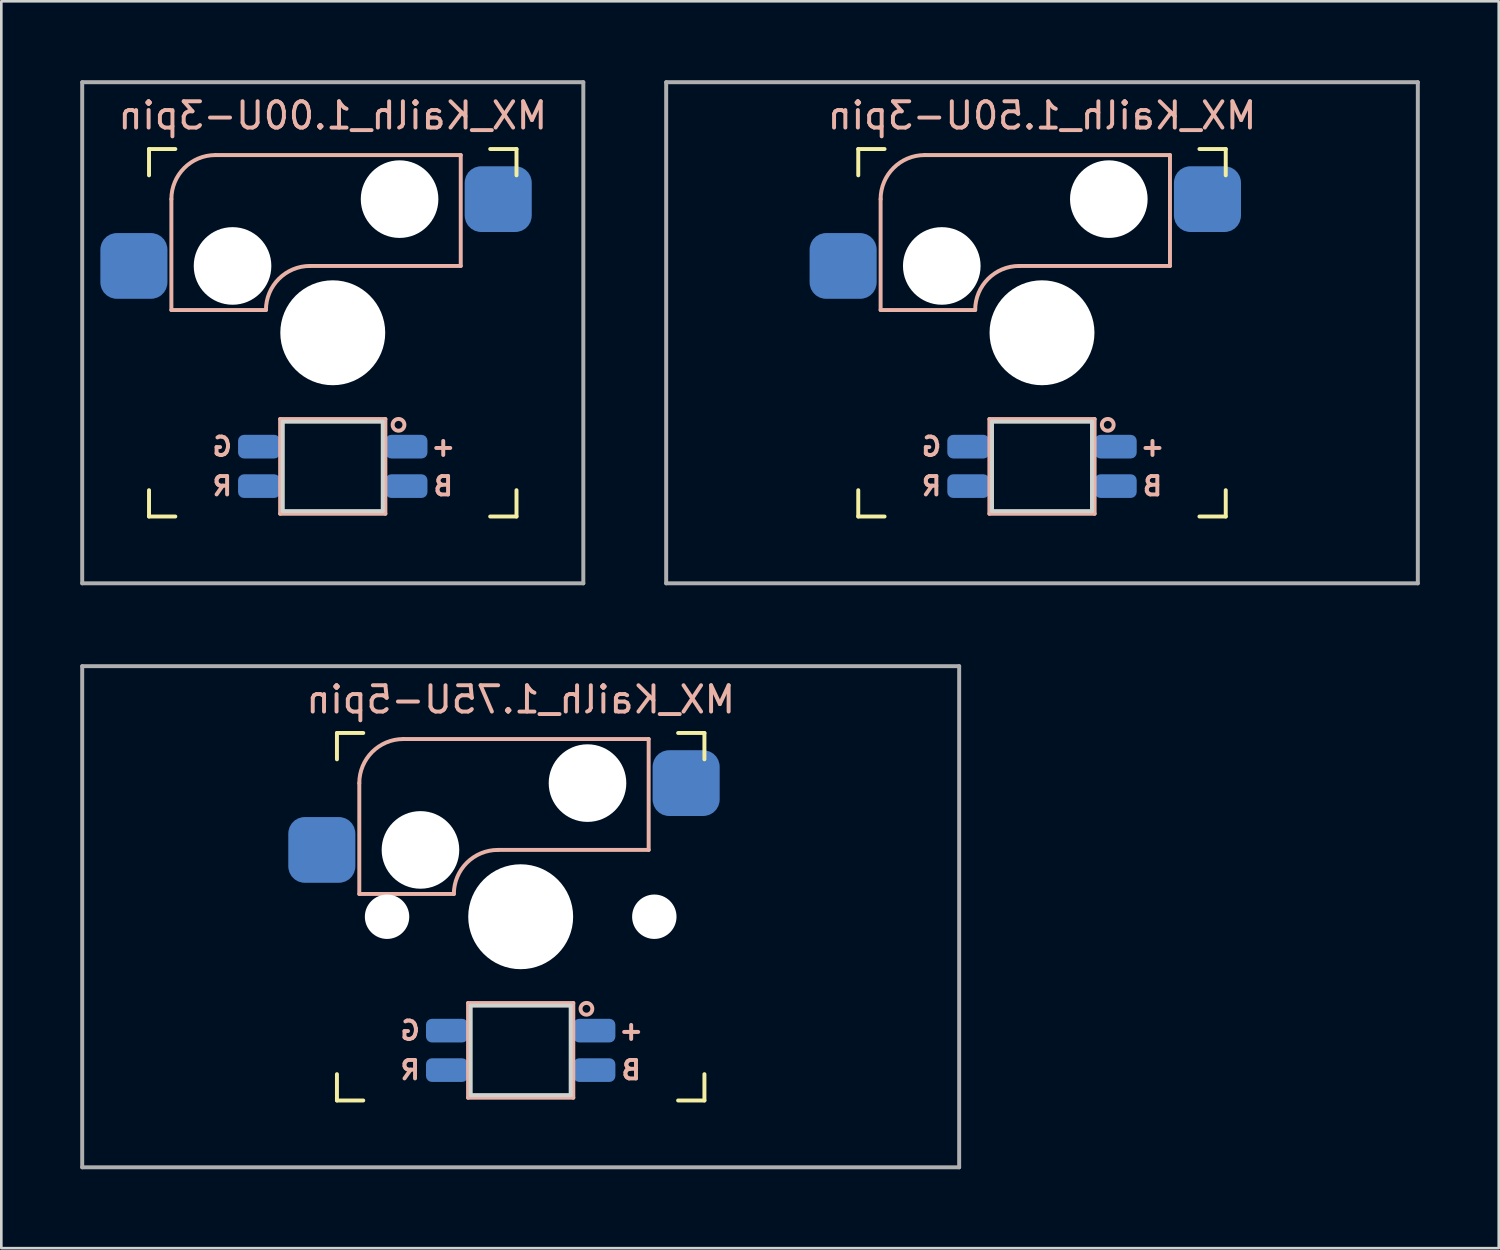
<source format=kicad_pcb>
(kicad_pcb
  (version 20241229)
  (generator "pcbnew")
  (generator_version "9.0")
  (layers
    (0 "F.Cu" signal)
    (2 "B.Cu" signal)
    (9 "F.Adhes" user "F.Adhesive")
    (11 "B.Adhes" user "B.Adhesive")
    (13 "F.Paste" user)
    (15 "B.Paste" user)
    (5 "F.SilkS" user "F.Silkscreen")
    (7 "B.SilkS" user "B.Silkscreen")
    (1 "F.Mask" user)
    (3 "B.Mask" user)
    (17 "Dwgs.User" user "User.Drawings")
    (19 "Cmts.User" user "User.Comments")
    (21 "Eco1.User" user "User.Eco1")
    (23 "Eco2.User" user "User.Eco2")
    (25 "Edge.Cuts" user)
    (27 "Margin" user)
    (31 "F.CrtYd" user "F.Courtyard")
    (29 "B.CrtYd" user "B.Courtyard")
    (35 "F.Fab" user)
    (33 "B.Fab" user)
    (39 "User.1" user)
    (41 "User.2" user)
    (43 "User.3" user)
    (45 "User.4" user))
  (footprint "MX_Kailh_1.00U-3pin"
    (layer "F.Cu")
    (at 9.6 9.6)
    (property "Reference" "MX_Kailh_1.00U-3pin" (at 0 -8.255 0) (layer "B.SilkS") (effects (font (size 1 1) (thickness 0.15)) (justify mirror)))
    (attr smd)
    (fp_line (start -6.985 -5.985) (end -6.985 -6.985) (stroke (width 0.15) (type solid)) (layer "F.SilkS"))
    (fp_line (start -6.985 6.985) (end -6.985 5.985) (stroke (width 0.15) (type solid)) (layer "F.SilkS"))
    (fp_line (start -6.985 6.985) (end -5.985 6.985) (stroke (width 0.15) (type solid)) (layer "F.SilkS"))
    (fp_line (start -5.985 -6.985) (end -6.985 -6.985) (stroke (width 0.15) (type solid)) (layer "F.SilkS"))
    (fp_line (start 5.985 6.985) (end 6.985 6.985) (stroke (width 0.15) (type solid)) (layer "F.SilkS"))
    (fp_line (start 6.985 -6.985) (end 5.985 -6.985) (stroke (width 0.15) (type solid)) (layer "F.SilkS"))
    (fp_line (start 6.985 -6.985) (end 6.985 -5.985) (stroke (width 0.15) (type solid)) (layer "F.SilkS"))
    (fp_line (start 6.985 5.985) (end 6.985 6.985) (stroke (width 0.15) (type solid)) (layer "F.SilkS"))
    (fp_line (start -6.135 -5.08) (end -6.135 -0.865) (stroke (width 0.15) (type solid)) (layer "B.SilkS"))
    (fp_line (start -6.135 -0.865) (end -2.54 -0.865) (stroke (width 0.15) (type solid)) (layer "B.SilkS"))
    (fp_line (start -4.46 -6.755) (end 4.865 -6.755) (stroke (width 0.15) (type solid)) (layer "B.SilkS"))
    (fp_line (start -2 3.28) (end -2 6.88) (stroke (width 0.15) (type solid)) (layer "B.SilkS"))
    (fp_line (start -2 6.88) (end 2 6.88) (stroke (width 0.15) (type solid)) (layer "B.SilkS"))
    (fp_line (start -0.865 -2.54) (end 4.865 -2.54) (stroke (width 0.15) (type solid)) (layer "B.SilkS"))
    (fp_line (start 2 3.28) (end -2 3.28) (stroke (width 0.15) (type solid)) (layer "B.SilkS"))
    (fp_line (start 2 6.88) (end 2 3.28) (stroke (width 0.15) (type solid)) (layer "B.SilkS"))
    (fp_line (start 4.865 -6.755) (end 4.865 -2.54) (stroke (width 0.15) (type solid)) (layer "B.SilkS"))
    (fp_arc (start -6.135 -5.08) (mid -5.644404 -6.264404) (end -4.46 -6.755) (stroke (width 0.15) (type solid)) (layer "B.SilkS"))
    (fp_arc (start -2.54 -0.865) (mid -2.049404 -2.049404) (end -0.865 -2.54) (stroke (width 0.15) (type solid)) (layer "B.SilkS"))
    (fp_circle (center 2.5 3.5) (end 2.724 3.5) (stroke (width 0.15) (type solid)) (fill no) (layer "B.SilkS"))
    (fp_line (start -6.985 6.985) (end -6.985 -6.985) (stroke (width 0.15) (type solid)) (layer "Eco2.User"))
    (fp_line (start -6.985 6.985) (end 6.985 6.985) (stroke (width 0.15) (type solid)) (layer "Eco2.User"))
    (fp_line (start 6.985 -6.985) (end -6.985 -6.985) (stroke (width 0.15) (type solid)) (layer "Eco2.User"))
    (fp_line (start 6.985 -6.985) (end 6.985 6.985) (stroke (width 0.15) (type solid)) (layer "Eco2.User"))
    (fp_line (start -1.9 3.38) (end -1.9 6.78) (stroke (width 0.15) (type solid)) (layer "Edge.Cuts"))
    (fp_line (start -1.9 3.38) (end 1.9 3.38) (stroke (width 0.15) (type solid)) (layer "Edge.Cuts"))
    (fp_line (start -1.9 6.78) (end 1.9 6.78) (stroke (width 0.15) (type solid)) (layer "Edge.Cuts"))
    (fp_line (start 1.9 3.38) (end 1.9 6.78) (stroke (width 0.15) (type solid)) (layer "Edge.Cuts"))
    (fp_line (start -9.525 -9.525) (end 9.525 -9.525) (stroke (width 0.15) (type solid)) (layer "F.Fab"))
    (fp_line (start -9.525 9.525) (end -9.525 -9.525) (stroke (width 0.15) (type solid)) (layer "F.Fab"))
    (fp_line (start 9.525 -9.525) (end 9.525 9.525) (stroke (width 0.15) (type solid)) (layer "F.Fab"))
    (fp_line (start 9.525 9.525) (end -9.525 9.525) (stroke (width 0.15) (type solid)) (layer "F.Fab"))
    (fp_text user "B" (at 4.2 5.83 0) (layer "B.SilkS") (effects (font (size 0.7 0.7) (thickness 0.15)) (justify mirror)))
    (fp_text user "+" (at 4.2 4.33 0) (layer "B.SilkS") (effects (font (size 0.7 0.7) (thickness 0.15)) (justify mirror)))
    (fp_text user "G" (at -4.2 4.33 0) (layer "B.SilkS") (effects (font (size 0.7 0.7) (thickness 0.15)) (justify mirror)))
    (fp_text user "R" (at -4.2 5.83 0) (layer "B.SilkS") (effects (font (size 0.7 0.7) (thickness 0.15)) (justify mirror)))
    (pad "" np_thru_hole circle (at -3.81 -2.54) (size 2.95 2.95) (drill 2.95) (layers "*.Cu" "*.Mask"))
    (pad "" np_thru_hole circle (at 0 0) (size 3.988 3.988) (drill 3.988) (layers "*.Cu" "*.Mask"))
    (pad "" np_thru_hole circle (at 2.54 -5.08) (size 2.95 2.95) (drill 2.95) (layers "*.Cu" "*.Mask"))
    (pad "1" smd roundrect (at 6.29 -5.08) (size 2.55 2.5) (layers "B.Cu" "B.Mask" "B.Paste") (roundrect_rratio 0.25))
    (pad "2" smd roundrect (at -7.56 -2.54) (size 2.55 2.5) (layers "B.Cu" "B.Mask" "B.Paste") (roundrect_rratio 0.25))
    (pad "3" smd roundrect (at 2.8 4.33) (size 1.6 0.9) (layers "B.Cu" "B.Mask" "B.Paste") (roundrect_rratio 0.25))
    (pad "4" smd roundrect (at -2.8 5.83) (size 1.6 0.9) (layers "B.Cu" "B.Mask" "B.Paste") (roundrect_rratio 0.25))
    (pad "5" smd roundrect (at -2.8 4.33) (size 1.6 0.9) (layers "B.Cu" "B.Mask" "B.Paste") (roundrect_rratio 0.25))
    (pad "6" smd roundrect (at 2.8 5.83) (size 1.6 0.9) (layers "B.Cu" "B.Mask" "B.Paste") (roundrect_rratio 0.25)))
  (footprint "MX_Kailh_1.75U-5pin"
    (layer "F.Cu")
    (at 16.744 31.8)
    (property "Reference" "MX_Kailh_1.75U-5pin" (at 0 -8.255 0) (layer "B.SilkS") (effects (font (size 1 1) (thickness 0.15)) (justify mirror)))
    (attr smd)
    (fp_line (start -6.985 -5.985) (end -6.985 -6.985) (stroke (width 0.15) (type solid)) (layer "F.SilkS"))
    (fp_line (start -6.985 6.985) (end -6.985 5.985) (stroke (width 0.15) (type solid)) (layer "F.SilkS"))
    (fp_line (start -6.985 6.985) (end -5.985 6.985) (stroke (width 0.15) (type solid)) (layer "F.SilkS"))
    (fp_line (start -5.985 -6.985) (end -6.985 -6.985) (stroke (width 0.15) (type solid)) (layer "F.SilkS"))
    (fp_line (start 5.985 6.985) (end 6.985 6.985) (stroke (width 0.15) (type solid)) (layer "F.SilkS"))
    (fp_line (start 6.985 -6.985) (end 5.985 -6.985) (stroke (width 0.15) (type solid)) (layer "F.SilkS"))
    (fp_line (start 6.985 -6.985) (end 6.985 -5.985) (stroke (width 0.15) (type solid)) (layer "F.SilkS"))
    (fp_line (start 6.985 5.985) (end 6.985 6.985) (stroke (width 0.15) (type solid)) (layer "F.SilkS"))
    (fp_line (start -6.135 -5.08) (end -6.135 -0.865) (stroke (width 0.15) (type solid)) (layer "B.SilkS"))
    (fp_line (start -6.135 -0.865) (end -2.54 -0.865) (stroke (width 0.15) (type solid)) (layer "B.SilkS"))
    (fp_line (start -4.46 -6.755) (end 4.865 -6.755) (stroke (width 0.15) (type solid)) (layer "B.SilkS"))
    (fp_line (start -2 3.28) (end -2 6.88) (stroke (width 0.15) (type solid)) (layer "B.SilkS"))
    (fp_line (start -2 6.88) (end 2 6.88) (stroke (width 0.15) (type solid)) (layer "B.SilkS"))
    (fp_line (start -0.865 -2.54) (end 4.865 -2.54) (stroke (width 0.15) (type solid)) (layer "B.SilkS"))
    (fp_line (start 2 3.28) (end -2 3.28) (stroke (width 0.15) (type solid)) (layer "B.SilkS"))
    (fp_line (start 2 6.88) (end 2 3.28) (stroke (width 0.15) (type solid)) (layer "B.SilkS"))
    (fp_line (start 4.865 -6.755) (end 4.865 -2.54) (stroke (width 0.15) (type solid)) (layer "B.SilkS"))
    (fp_arc (start -6.135 -5.08) (mid -5.644404 -6.264404) (end -4.46 -6.755) (stroke (width 0.15) (type solid)) (layer "B.SilkS"))
    (fp_arc (start -2.54 -0.865) (mid -2.049404 -2.049404) (end -0.865 -2.54) (stroke (width 0.15) (type solid)) (layer "B.SilkS"))
    (fp_circle (center 2.5 3.5) (end 2.724 3.5) (stroke (width 0.15) (type solid)) (fill no) (layer "B.SilkS"))
    (fp_line (start -6.985 6.985) (end -6.985 -6.985) (stroke (width 0.15) (type solid)) (layer "Eco2.User"))
    (fp_line (start -6.985 6.985) (end 6.985 6.985) (stroke (width 0.15) (type solid)) (layer "Eco2.User"))
    (fp_line (start 6.985 -6.985) (end -6.985 -6.985) (stroke (width 0.15) (type solid)) (layer "Eco2.User"))
    (fp_line (start 6.985 -6.985) (end 6.985 6.985) (stroke (width 0.15) (type solid)) (layer "Eco2.User"))
    (fp_line (start -1.9 3.38) (end -1.9 6.78) (stroke (width 0.15) (type solid)) (layer "Edge.Cuts"))
    (fp_line (start -1.9 3.38) (end 1.9 3.38) (stroke (width 0.15) (type solid)) (layer "Edge.Cuts"))
    (fp_line (start -1.9 6.78) (end 1.9 6.78) (stroke (width 0.15) (type solid)) (layer "Edge.Cuts"))
    (fp_line (start 1.9 3.38) (end 1.9 6.78) (stroke (width 0.15) (type solid)) (layer "Edge.Cuts"))
    (fp_line (start -16.669 -9.525) (end 16.669 -9.525) (stroke (width 0.15) (type solid)) (layer "F.Fab"))
    (fp_line (start -16.669 9.525) (end -16.669 -9.525) (stroke (width 0.15) (type solid)) (layer "F.Fab"))
    (fp_line (start 16.669 -9.525) (end 16.669 9.525) (stroke (width 0.15) (type solid)) (layer "F.Fab"))
    (fp_line (start 16.669 9.525) (end -16.669 9.525) (stroke (width 0.15) (type solid)) (layer "F.Fab"))
    (fp_text user "G" (at -4.2 4.33 0) (layer "B.SilkS") (effects (font (size 0.7 0.7) (thickness 0.15)) (justify mirror)))
    (fp_text user "B" (at 4.2 5.83 0) (layer "B.SilkS") (effects (font (size 0.7 0.7) (thickness 0.15)) (justify mirror)))
    (fp_text user "R" (at -4.2 5.83 0) (layer "B.SilkS") (effects (font (size 0.7 0.7) (thickness 0.15)) (justify mirror)))
    (fp_text user "+" (at 4.2 4.33 0) (layer "B.SilkS") (effects (font (size 0.7 0.7) (thickness 0.15)) (justify mirror)))
    (pad "" np_thru_hole circle (at -5.08 0) (size 1.688 1.688) (drill 1.688) (layers "*.Cu" "*.Mask"))
    (pad "" np_thru_hole circle (at -3.81 -2.54) (size 2.95 2.95) (drill 2.95) (layers "*.Cu" "*.Mask"))
    (pad "" np_thru_hole circle (at 0 0) (size 3.988 3.988) (drill 3.988) (layers "*.Cu" "*.Mask"))
    (pad "" np_thru_hole circle (at 2.54 -5.08) (size 2.95 2.95) (drill 2.95) (layers "*.Cu" "*.Mask"))
    (pad "" np_thru_hole circle (at 5.08 0) (size 1.688 1.688) (drill 1.688) (layers "*.Cu" "*.Mask"))
    (pad "1" smd roundrect (at 6.29 -5.08) (size 2.55 2.5) (layers "B.Cu" "B.Mask" "B.Paste") (roundrect_rratio 0.25))
    (pad "2" smd roundrect (at -7.56 -2.54) (size 2.55 2.5) (layers "B.Cu" "B.Mask" "B.Paste") (roundrect_rratio 0.25))
    (pad "3" smd roundrect (at 2.8 4.33) (size 1.6 0.9) (layers "B.Cu" "B.Mask" "B.Paste") (roundrect_rratio 0.25))
    (pad "4" smd roundrect (at -2.8 5.83) (size 1.6 0.9) (layers "B.Cu" "B.Mask" "B.Paste") (roundrect_rratio 0.25))
    (pad "5" smd roundrect (at -2.8 4.33) (size 1.6 0.9) (layers "B.Cu" "B.Mask" "B.Paste") (roundrect_rratio 0.25))
    (pad "6" smd roundrect (at 2.8 5.83) (size 1.6 0.9) (layers "B.Cu" "B.Mask" "B.Paste") (roundrect_rratio 0.25)))
  (footprint "MX_Kailh_1.50U-3pin"
    (layer "F.Cu")
    (at 36.562 9.6)
    (property "Reference" "MX_Kailh_1.50U-3pin" (at 0 -8.255 0) (layer "B.SilkS") (effects (font (size 1 1) (thickness 0.15)) (justify mirror)))
    (attr smd)
    (fp_line (start -6.985 -5.985) (end -6.985 -6.985) (stroke (width 0.15) (type solid)) (layer "F.SilkS"))
    (fp_line (start -6.985 6.985) (end -6.985 5.985) (stroke (width 0.15) (type solid)) (layer "F.SilkS"))
    (fp_line (start -6.985 6.985) (end -5.985 6.985) (stroke (width 0.15) (type solid)) (layer "F.SilkS"))
    (fp_line (start -5.985 -6.985) (end -6.985 -6.985) (stroke (width 0.15) (type solid)) (layer "F.SilkS"))
    (fp_line (start 5.985 6.985) (end 6.985 6.985) (stroke (width 0.15) (type solid)) (layer "F.SilkS"))
    (fp_line (start 6.985 -6.985) (end 5.985 -6.985) (stroke (width 0.15) (type solid)) (layer "F.SilkS"))
    (fp_line (start 6.985 -6.985) (end 6.985 -5.985) (stroke (width 0.15) (type solid)) (layer "F.SilkS"))
    (fp_line (start 6.985 5.985) (end 6.985 6.985) (stroke (width 0.15) (type solid)) (layer "F.SilkS"))
    (fp_line (start -6.135 -5.08) (end -6.135 -0.865) (stroke (width 0.15) (type solid)) (layer "B.SilkS"))
    (fp_line (start -6.135 -0.865) (end -2.54 -0.865) (stroke (width 0.15) (type solid)) (layer "B.SilkS"))
    (fp_line (start -4.46 -6.755) (end 4.865 -6.755) (stroke (width 0.15) (type solid)) (layer "B.SilkS"))
    (fp_line (start -2 3.28) (end -2 6.88) (stroke (width 0.15) (type solid)) (layer "B.SilkS"))
    (fp_line (start -2 6.88) (end 2 6.88) (stroke (width 0.15) (type solid)) (layer "B.SilkS"))
    (fp_line (start -0.865 -2.54) (end 4.865 -2.54) (stroke (width 0.15) (type solid)) (layer "B.SilkS"))
    (fp_line (start 2 3.28) (end -2 3.28) (stroke (width 0.15) (type solid)) (layer "B.SilkS"))
    (fp_line (start 2 6.88) (end 2 3.28) (stroke (width 0.15) (type solid)) (layer "B.SilkS"))
    (fp_line (start 4.865 -6.755) (end 4.865 -2.54) (stroke (width 0.15) (type solid)) (layer "B.SilkS"))
    (fp_arc (start -6.135 -5.08) (mid -5.644404 -6.264404) (end -4.46 -6.755) (stroke (width 0.15) (type solid)) (layer "B.SilkS"))
    (fp_arc (start -2.54 -0.865) (mid -2.049404 -2.049404) (end -0.865 -2.54) (stroke (width 0.15) (type solid)) (layer "B.SilkS"))
    (fp_circle (center 2.5 3.5) (end 2.724 3.5) (stroke (width 0.15) (type solid)) (fill no) (layer "B.SilkS"))
    (fp_line (start -6.985 6.985) (end -6.985 -6.985) (stroke (width 0.15) (type solid)) (layer "Eco2.User"))
    (fp_line (start -6.985 6.985) (end 6.985 6.985) (stroke (width 0.15) (type solid)) (layer "Eco2.User"))
    (fp_line (start 6.985 -6.985) (end -6.985 -6.985) (stroke (width 0.15) (type solid)) (layer "Eco2.User"))
    (fp_line (start 6.985 -6.985) (end 6.985 6.985) (stroke (width 0.15) (type solid)) (layer "Eco2.User"))
    (fp_line (start -1.9 3.38) (end -1.9 6.78) (stroke (width 0.15) (type solid)) (layer "Edge.Cuts"))
    (fp_line (start -1.9 3.38) (end 1.9 3.38) (stroke (width 0.15) (type solid)) (layer "Edge.Cuts"))
    (fp_line (start -1.9 6.78) (end 1.9 6.78) (stroke (width 0.15) (type solid)) (layer "Edge.Cuts"))
    (fp_line (start 1.9 3.38) (end 1.9 6.78) (stroke (width 0.15) (type solid)) (layer "Edge.Cuts"))
    (fp_line (start -14.287 -9.525) (end 14.287 -9.525) (stroke (width 0.15) (type solid)) (layer "F.Fab"))
    (fp_line (start -14.287 9.525) (end -14.287 -9.525) (stroke (width 0.15) (type solid)) (layer "F.Fab"))
    (fp_line (start 14.287 -9.525) (end 14.287 9.525) (stroke (width 0.15) (type solid)) (layer "F.Fab"))
    (fp_line (start 14.287 9.525) (end -14.287 9.525) (stroke (width 0.15) (type solid)) (layer "F.Fab"))
    (fp_text user "G" (at -4.2 4.33 0) (layer "B.SilkS") (effects (font (size 0.7 0.7) (thickness 0.15)) (justify mirror)))
    (fp_text user "R" (at -4.2 5.83 0) (layer "B.SilkS") (effects (font (size 0.7 0.7) (thickness 0.15)) (justify mirror)))
    (fp_text user "B" (at 4.2 5.83 0) (layer "B.SilkS") (effects (font (size 0.7 0.7) (thickness 0.15)) (justify mirror)))
    (fp_text user "+" (at 4.2 4.33 0) (layer "B.SilkS") (effects (font (size 0.7 0.7) (thickness 0.15)) (justify mirror)))
    (pad "" np_thru_hole circle (at -3.81 -2.54) (size 2.95 2.95) (drill 2.95) (layers "*.Cu" "*.Mask"))
    (pad "" np_thru_hole circle (at 0 0) (size 3.988 3.988) (drill 3.988) (layers "*.Cu" "*.Mask"))
    (pad "" np_thru_hole circle (at 2.54 -5.08) (size 2.95 2.95) (drill 2.95) (layers "*.Cu" "*.Mask"))
    (pad "1" smd roundrect (at 6.29 -5.08) (size 2.55 2.5) (layers "B.Cu" "B.Mask" "B.Paste") (roundrect_rratio 0.25))
    (pad "2" smd roundrect (at -7.56 -2.54) (size 2.55 2.5) (layers "B.Cu" "B.Mask" "B.Paste") (roundrect_rratio 0.25))
    (pad "3" smd roundrect (at 2.8 4.33) (size 1.6 0.9) (layers "B.Cu" "B.Mask" "B.Paste") (roundrect_rratio 0.25))
    (pad "4" smd roundrect (at -2.8 5.83) (size 1.6 0.9) (layers "B.Cu" "B.Mask" "B.Paste") (roundrect_rratio 0.25))
    (pad "5" smd roundrect (at -2.8 4.33) (size 1.6 0.9) (layers "B.Cu" "B.Mask" "B.Paste") (roundrect_rratio 0.25))
    (pad "6" smd roundrect (at 2.8 5.83) (size 1.6 0.9) (layers "B.Cu" "B.Mask" "B.Paste") (roundrect_rratio 0.25)))
  (gr_rect
    (start -3 -3)
    (end 53.925 44.4)
    (stroke (width 0.1) (type default))
    (fill no)
    (layer "Edge.Cuts")))
</source>
